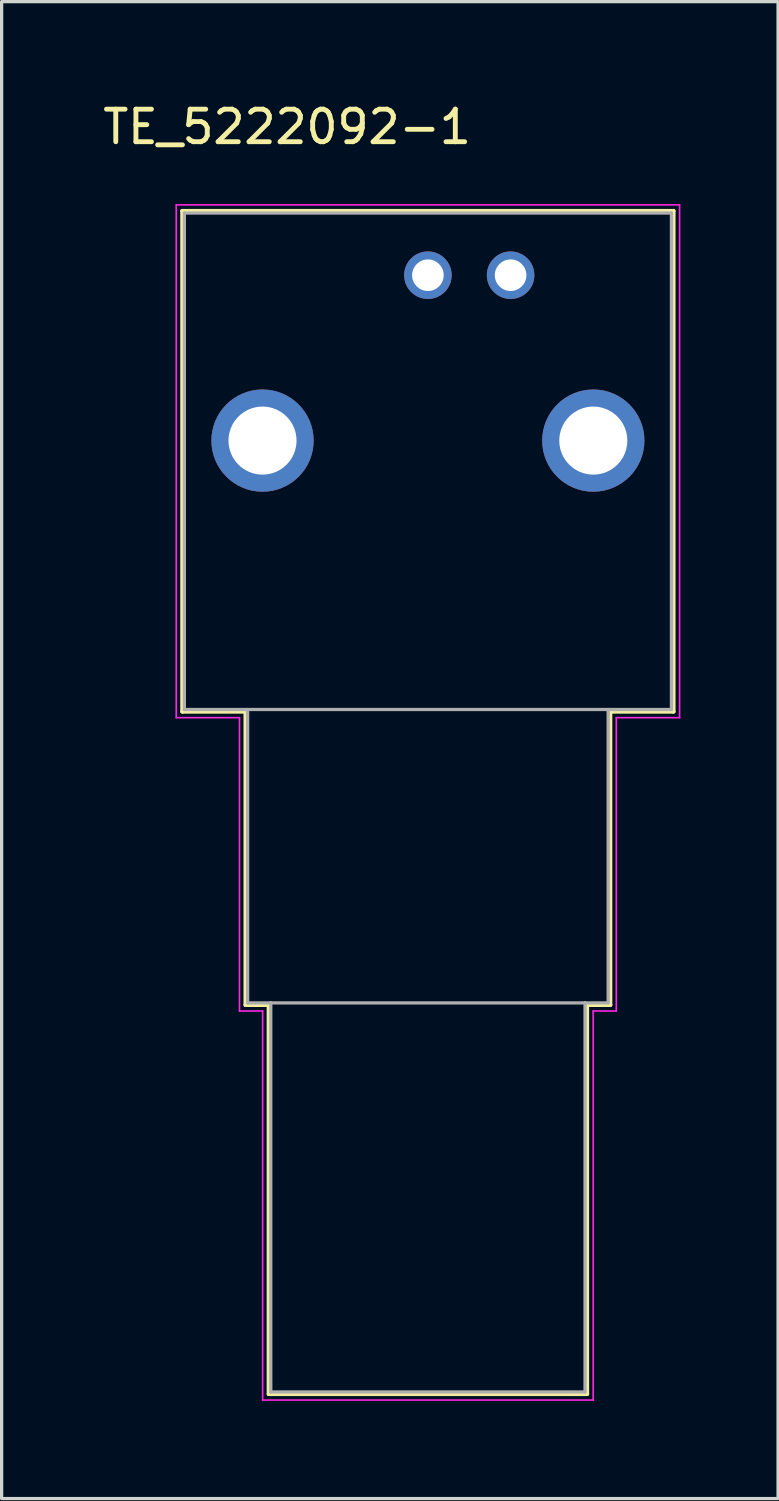
<source format=kicad_pcb>
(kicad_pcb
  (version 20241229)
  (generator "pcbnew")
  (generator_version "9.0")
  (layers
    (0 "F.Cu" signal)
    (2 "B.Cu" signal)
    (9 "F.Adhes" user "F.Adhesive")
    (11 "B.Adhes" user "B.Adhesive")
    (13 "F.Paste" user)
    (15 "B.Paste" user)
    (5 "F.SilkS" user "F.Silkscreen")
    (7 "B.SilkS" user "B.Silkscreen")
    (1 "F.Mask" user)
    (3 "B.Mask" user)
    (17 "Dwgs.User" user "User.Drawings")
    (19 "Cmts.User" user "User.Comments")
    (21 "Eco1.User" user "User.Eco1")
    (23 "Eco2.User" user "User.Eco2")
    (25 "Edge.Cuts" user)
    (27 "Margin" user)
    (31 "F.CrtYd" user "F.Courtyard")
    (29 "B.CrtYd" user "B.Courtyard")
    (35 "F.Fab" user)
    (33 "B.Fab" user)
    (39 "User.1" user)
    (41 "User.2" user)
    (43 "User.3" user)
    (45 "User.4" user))
  (footprint "TE_5222092-1"
    (layer "F.Cu")
    (at 10.093 10.483)
    (property "Reference" "TE_5222092-1" (at -4.325 -9.635 0) (layer "F.SilkS") (effects (font (size 1 1) (thickness 0.15))))
    (attr through_hole)
    (fp_line (start -7.543 -7.053) (end 7.543 -7.053) (stroke (width 0.127) (type solid)) (layer "F.SilkS"))
    (fp_line (start -7.543 8.323) (end -7.543 -7.053) (stroke (width 0.127) (type solid)) (layer "F.SilkS"))
    (fp_line (start -5.601 8.323) (end -7.543 8.323) (stroke (width 0.127) (type solid)) (layer "F.SilkS"))
    (fp_line (start -5.601 17.334) (end -5.601 8.323) (stroke (width 0.127) (type solid)) (layer "F.SilkS"))
    (fp_line (start -4.889 17.334) (end -5.601 17.334) (stroke (width 0.127) (type solid)) (layer "F.SilkS"))
    (fp_line (start -4.889 29.284) (end -4.889 17.334) (stroke (width 0.127) (type solid)) (layer "F.SilkS"))
    (fp_line (start 4.889 17.334) (end 4.889 29.284) (stroke (width 0.127) (type solid)) (layer "F.SilkS"))
    (fp_line (start 4.889 29.284) (end -4.889 29.284) (stroke (width 0.127) (type solid)) (layer "F.SilkS"))
    (fp_line (start 5.601 8.323) (end 5.601 17.334) (stroke (width 0.127) (type solid)) (layer "F.SilkS"))
    (fp_line (start 5.601 17.334) (end 4.889 17.334) (stroke (width 0.127) (type solid)) (layer "F.SilkS"))
    (fp_line (start 7.543 -7.053) (end 7.543 8.323) (stroke (width 0.127) (type solid)) (layer "F.SilkS"))
    (fp_line (start 7.543 8.323) (end 5.601 8.323) (stroke (width 0.127) (type solid)) (layer "F.SilkS"))
    (fp_line (start -7.73 -7.24) (end 7.73 -7.24) (stroke (width 0.05) (type solid)) (layer "F.CrtYd"))
    (fp_line (start -7.73 8.51) (end -7.73 -7.24) (stroke (width 0.05) (type solid)) (layer "F.CrtYd"))
    (fp_line (start -5.787 8.51) (end -7.73 8.51) (stroke (width 0.05) (type solid)) (layer "F.CrtYd"))
    (fp_line (start -5.787 17.52) (end -5.787 8.51) (stroke (width 0.05) (type solid)) (layer "F.CrtYd"))
    (fp_line (start -5.076 17.52) (end -5.787 17.52) (stroke (width 0.05) (type solid)) (layer "F.CrtYd"))
    (fp_line (start -5.076 29.47) (end -5.076 17.52) (stroke (width 0.05) (type solid)) (layer "F.CrtYd"))
    (fp_line (start 5.076 17.52) (end 5.076 29.47) (stroke (width 0.05) (type solid)) (layer "F.CrtYd"))
    (fp_line (start 5.076 29.47) (end -5.076 29.47) (stroke (width 0.05) (type solid)) (layer "F.CrtYd"))
    (fp_line (start 5.787 8.51) (end 5.787 17.52) (stroke (width 0.05) (type solid)) (layer "F.CrtYd"))
    (fp_line (start 5.787 17.52) (end 5.076 17.52) (stroke (width 0.05) (type solid)) (layer "F.CrtYd"))
    (fp_line (start 7.73 -7.24) (end 7.73 8.51) (stroke (width 0.05) (type solid)) (layer "F.CrtYd"))
    (fp_line (start 7.73 8.51) (end 5.787 8.51) (stroke (width 0.05) (type solid)) (layer "F.CrtYd"))
    (fp_line (start -7.48 -6.99) (end -7.48 8.26) (stroke (width 0.1) (type solid)) (layer "F.Fab"))
    (fp_line (start -7.48 -6.99) (end 7.48 -6.99) (stroke (width 0.1) (type solid)) (layer "F.Fab"))
    (fp_line (start -7.48 8.26) (end -5.537 8.26) (stroke (width 0.1) (type solid)) (layer "F.Fab"))
    (fp_line (start -5.537 8.26) (end -5.537 17.27) (stroke (width 0.1) (type solid)) (layer "F.Fab"))
    (fp_line (start -5.537 8.26) (end 5.537 8.26) (stroke (width 0.1) (type solid)) (layer "F.Fab"))
    (fp_line (start -5.537 17.27) (end -4.826 17.27) (stroke (width 0.1) (type solid)) (layer "F.Fab"))
    (fp_line (start -4.826 17.27) (end -4.826 29.22) (stroke (width 0.1) (type solid)) (layer "F.Fab"))
    (fp_line (start -4.826 17.27) (end 4.826 17.27) (stroke (width 0.1) (type solid)) (layer "F.Fab"))
    (fp_line (start -4.826 29.22) (end 4.826 29.22) (stroke (width 0.1) (type solid)) (layer "F.Fab"))
    (fp_line (start 4.826 17.27) (end 4.826 29.22) (stroke (width 0.1) (type solid)) (layer "F.Fab"))
    (fp_line (start 4.826 17.27) (end 5.537 17.27) (stroke (width 0.1) (type solid)) (layer "F.Fab"))
    (fp_line (start 5.537 8.26) (end 5.537 17.27) (stroke (width 0.1) (type solid)) (layer "F.Fab"))
    (fp_line (start 5.537 8.26) (end 7.48 8.26) (stroke (width 0.1) (type solid)) (layer "F.Fab"))
    (fp_line (start 7.48 -6.99) (end 7.48 8.26) (stroke (width 0.1) (type solid)) (layer "F.Fab"))
    (pad "1" thru_hole circle (at 0 -5.08) (size 1.46 1.46) (drill 0.97) (layers "*.Cu" "*.Mask"))
    (pad "2" thru_hole circle (at 2.54 -5.08) (size 1.46 1.46) (drill 0.97) (layers "*.Cu" "*.Mask"))
    (pad "3" thru_hole circle (at -5.08 0) (size 3.14 3.14) (drill 2.09) (layers "*.Cu" "*.Mask"))
    (pad "4" thru_hole circle (at 5.08 0) (size 3.14 3.14) (drill 2.09) (layers "*.Cu" "*.Mask")))
  (gr_rect
    (start -3 -3)
    (end 20.848 42.978)
    (stroke (width 0.1) (type default))
    (fill no)
    (layer "Edge.Cuts")))
</source>
